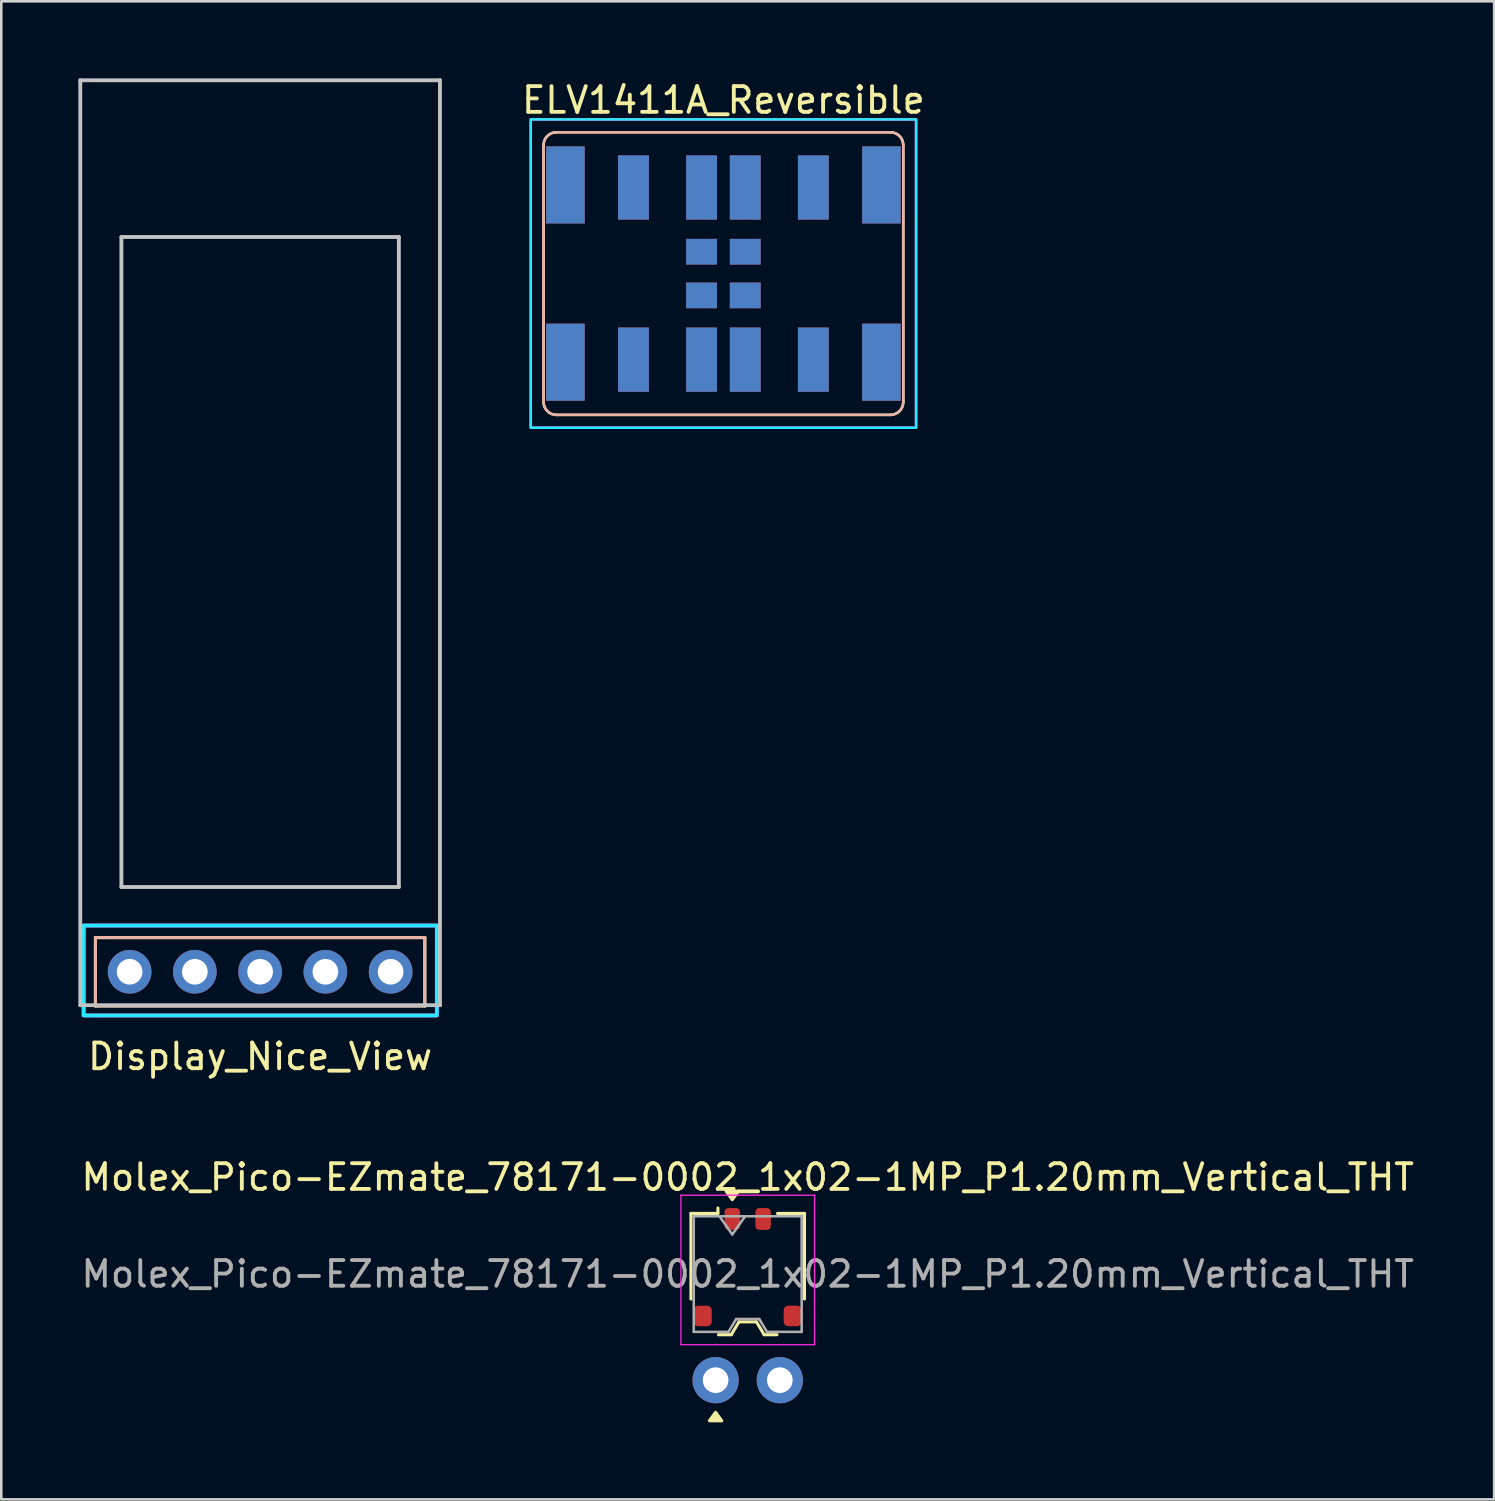
<source format=kicad_pcb>
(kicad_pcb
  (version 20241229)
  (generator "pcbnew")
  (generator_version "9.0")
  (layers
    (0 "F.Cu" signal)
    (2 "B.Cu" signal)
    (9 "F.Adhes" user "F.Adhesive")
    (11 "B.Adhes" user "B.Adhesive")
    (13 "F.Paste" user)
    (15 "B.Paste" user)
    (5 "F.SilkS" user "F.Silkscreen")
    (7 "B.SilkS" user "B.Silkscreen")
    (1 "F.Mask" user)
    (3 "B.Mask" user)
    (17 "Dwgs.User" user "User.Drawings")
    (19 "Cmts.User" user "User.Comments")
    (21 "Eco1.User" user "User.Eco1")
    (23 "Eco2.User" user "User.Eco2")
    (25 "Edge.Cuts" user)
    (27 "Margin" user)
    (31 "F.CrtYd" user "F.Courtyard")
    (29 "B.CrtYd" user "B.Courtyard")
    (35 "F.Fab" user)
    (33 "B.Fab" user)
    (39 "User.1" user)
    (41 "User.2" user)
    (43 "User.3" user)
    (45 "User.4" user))
  (footprint "ELV1411A_Reversible"
    (layer "F.Cu")
    (at 25.108 7.598)
    (property "Reference" "ELV1411A_Reversible" (at 0 -6.75 0) (layer "F.SilkS") (effects (font (size 1 1) (thickness 0.15))))
    (attr smd)
    (fp_line (start -7 -5) (end -7 5) (stroke (width 0.1) (type default)) (layer "F.SilkS"))
    (fp_line (start -6.5 5.5) (end 6.5 5.5) (stroke (width 0.1) (type default)) (layer "F.SilkS"))
    (fp_line (start 6.5 -5.5) (end -6.5 -5.5) (stroke (width 0.1) (type default)) (layer "F.SilkS"))
    (fp_line (start 7 5) (end 7 -5) (stroke (width 0.1) (type default)) (layer "F.SilkS"))
    (fp_arc (start -7 -5) (mid -6.853553 -5.353553) (end -6.5 -5.5) (stroke (width 0.1) (type default)) (layer "F.SilkS"))
    (fp_arc (start -6.5 5.5) (mid -6.853553 5.353553) (end -7 5) (stroke (width 0.1) (type default)) (layer "F.SilkS"))
    (fp_arc (start 6.5 -5.5) (mid 6.853553 -5.353553) (end 7 -5) (stroke (width 0.1) (type default)) (layer "F.SilkS"))
    (fp_arc (start 7 5) (mid 6.853553 5.353553) (end 6.5 5.5) (stroke (width 0.1) (type default)) (layer "F.SilkS"))
    (fp_line (start -7 5) (end -7 -5) (stroke (width 0.1) (type default)) (layer "B.SilkS"))
    (fp_line (start -6.5 -5.5) (end 6.5 -5.5) (stroke (width 0.1) (type default)) (layer "B.SilkS"))
    (fp_line (start 6.5 5.5) (end -6.5 5.5) (stroke (width 0.1) (type default)) (layer "B.SilkS"))
    (fp_line (start 7 -5) (end 7 5) (stroke (width 0.1) (type default)) (layer "B.SilkS"))
    (fp_arc (start -7 -5) (mid -6.853553 -5.353553) (end -6.5 -5.5) (stroke (width 0.1) (type default)) (layer "B.SilkS"))
    (fp_arc (start -6.5 5.5) (mid -6.853553 5.353553) (end -7 5) (stroke (width 0.1) (type default)) (layer "B.SilkS"))
    (fp_arc (start 6.5 -5.5) (mid 6.853553 -5.353553) (end 7 -5) (stroke (width 0.1) (type default)) (layer "B.SilkS"))
    (fp_arc (start 7 5) (mid 6.853553 5.353553) (end 6.5 5.5) (stroke (width 0.1) (type default)) (layer "B.SilkS"))
    (fp_rect (start -7.5 -6) (end 7.5 6) (stroke (width 0.1) (type default)) (fill no) (layer "B.CrtYd"))
    (fp_rect (start -7.5 -6) (end 7.5 6) (stroke (width 0.1) (type default)) (fill no) (layer "F.CrtYd"))
    (pad "1" smd rect (at -0.85 -0.85) (size 1.2 1) (layers "F.Cu" "F.Mask" "F.Paste"))
    (pad "1" smd rect (at -0.85 -0.85) (size 1.2 1) (layers "B.Cu" "B.Mask" "B.Paste"))
    (pad "1" smd rect (at 0.85 -0.85) (size 1.2 1) (layers "F.Cu" "F.Mask" "F.Paste"))
    (pad "1" smd rect (at 0.85 -0.85) (size 1.2 1) (layers "B.Cu" "B.Mask" "B.Paste"))
    (pad "2" smd rect (at -0.85 0.85) (size 1.2 1) (layers "F.Cu" "F.Mask" "F.Paste"))
    (pad "2" smd rect (at -0.85 0.85) (size 1.2 1) (layers "B.Cu" "B.Mask" "B.Paste"))
    (pad "2" smd rect (at 0.85 0.85) (size 1.2 1) (layers "F.Cu" "F.Mask" "F.Paste"))
    (pad "2" smd rect (at 0.85 0.85) (size 1.2 1) (layers "B.Cu" "B.Mask" "B.Paste"))
    (pad "3" smd rect (at -6.15 -3.45) (size 1.5 3) (layers "F.Cu" "F.Mask" "F.Paste"))
    (pad "3" smd rect (at -6.15 -3.45) (size 1.5 3) (layers "B.Cu" "B.Mask" "B.Paste"))
    (pad "3" smd rect (at -6.15 3.45) (size 1.5 3) (layers "F.Cu" "F.Mask" "F.Paste"))
    (pad "3" smd rect (at -6.15 3.45) (size 1.5 3) (layers "B.Cu" "B.Mask" "B.Paste"))
    (pad "3" smd rect (at -3.5 -3.35) (size 1.2 2.5) (layers "F.Cu" "F.Mask" "F.Paste"))
    (pad "3" smd rect (at -3.5 -3.35) (size 1.2 2.5) (layers "B.Cu" "B.Mask" "B.Paste"))
    (pad "3" smd rect (at -3.5 3.35) (size 1.2 2.5) (layers "F.Cu" "F.Mask" "F.Paste"))
    (pad "3" smd rect (at -3.5 3.35) (size 1.2 2.5) (layers "B.Cu" "B.Mask" "B.Paste"))
    (pad "3" smd rect (at -0.85 -3.35) (size 1.2 2.5) (layers "F.Cu" "F.Mask" "F.Paste"))
    (pad "3" smd rect (at -0.85 -3.35) (size 1.2 2.5) (layers "B.Cu" "B.Mask" "B.Paste"))
    (pad "3" smd rect (at -0.85 3.35) (size 1.2 2.5) (layers "F.Cu" "F.Mask" "F.Paste"))
    (pad "3" smd rect (at -0.85 3.35) (size 1.2 2.5) (layers "B.Cu" "B.Mask" "B.Paste"))
    (pad "3" smd rect (at 0.85 -3.35) (size 1.2 2.5) (layers "F.Cu" "F.Mask" "F.Paste"))
    (pad "3" smd rect (at 0.85 -3.35) (size 1.2 2.5) (layers "B.Cu" "B.Mask" "B.Paste"))
    (pad "3" smd rect (at 0.85 3.35) (size 1.2 2.5) (layers "F.Cu" "F.Mask" "F.Paste"))
    (pad "3" smd rect (at 0.85 3.35) (size 1.2 2.5) (layers "B.Cu" "B.Mask" "B.Paste"))
    (pad "3" smd rect (at 3.5 -3.35) (size 1.2 2.5) (layers "F.Cu" "F.Mask" "F.Paste"))
    (pad "3" smd rect (at 3.5 -3.35) (size 1.2 2.5) (layers "B.Cu" "B.Mask" "B.Paste"))
    (pad "3" smd rect (at 3.5 3.35) (size 1.2 2.5) (layers "F.Cu" "F.Mask" "F.Paste"))
    (pad "3" smd rect (at 3.5 3.35) (size 1.2 2.5) (layers "B.Cu" "B.Mask" "B.Paste"))
    (pad "3" smd rect (at 6.15 -3.45) (size 1.5 3) (layers "F.Cu" "F.Mask" "F.Paste"))
    (pad "3" smd rect (at 6.15 -3.45) (size 1.5 3) (layers "B.Cu" "B.Mask" "B.Paste"))
    (pad "3" smd rect (at 6.15 3.45) (size 1.5 3) (layers "F.Cu" "F.Mask" "F.Paste"))
    (pad "3" smd rect (at 6.15 3.45) (size 1.5 3) (layers "B.Cu" "B.Mask" "B.Paste")))
  (footprint "Molex_Pico-EZmate_78171-0002_1x02-1MP_P1.20mm_Vertical_THT"
    (layer "F.Cu")
    (at 26.054 46.272)
    (property "Reference" "Molex_Pico-EZmate_78171-0002_1x02-1MP_P1.20mm_Vertical_THT" (at 0 -3.5 0) (layer "F.SilkS") (effects (font (size 1 1) (thickness 0.15))))
    (attr smd)
    (fp_line (start -2.21 -2.09) (end -1.16 -2.09) (stroke (width 0.12) (type solid)) (layer "F.SilkS"))
    (fp_line (start -2.21 1.24) (end -2.21 -2.09) (stroke (width 0.12) (type solid)) (layer "F.SilkS"))
    (fp_line (start -1.16 -2.09) (end -1.16 -2.3) (stroke (width 0.12) (type solid)) (layer "F.SilkS"))
    (fp_line (start -1.14 2.63) (end -0.64 2.63) (stroke (width 0.12) (type solid)) (layer "F.SilkS"))
    (fp_line (start -0.64 2.63) (end -0.34 2.13) (stroke (width 0.12) (type solid)) (layer "F.SilkS"))
    (fp_line (start -0.34 2.13) (end 0.34 2.13) (stroke (width 0.12) (type solid)) (layer "F.SilkS"))
    (fp_line (start 0.34 2.13) (end 0.64 2.63) (stroke (width 0.12) (type solid)) (layer "F.SilkS"))
    (fp_line (start 0.64 2.63) (end 1.14 2.63) (stroke (width 0.12) (type solid)) (layer "F.SilkS"))
    (fp_line (start 2.21 -2.09) (end 1.16 -2.09) (stroke (width 0.12) (type solid)) (layer "F.SilkS"))
    (fp_line (start 2.21 1.24) (end 2.21 -2.09) (stroke (width 0.12) (type solid)) (layer "F.SilkS"))
    (fp_poly (pts (xy -1.25 5.65) (xy -1.01 5.98) (xy -1.49 5.98) (xy -1.25 5.65)) (stroke (width 0.12) (type solid)) (fill yes) (layer "F.SilkS"))
    (fp_poly (pts (xy -0.6 -2.625) (xy -0.84 -2.955) (xy -0.36 -2.955) (xy -0.6 -2.625)) (stroke (width 0.12) (type solid)) (fill yes) (layer "F.SilkS"))
    (fp_line (start -2.6 -2.8) (end -2.6 3.02) (stroke (width 0.05) (type solid)) (layer "F.CrtYd"))
    (fp_line (start -2.6 3.02) (end 2.6 3.02) (stroke (width 0.05) (type solid)) (layer "F.CrtYd"))
    (fp_line (start 2.6 -2.8) (end -2.6 -2.8) (stroke (width 0.05) (type solid)) (layer "F.CrtYd"))
    (fp_line (start 2.6 3.02) (end 2.6 -2.8) (stroke (width 0.05) (type solid)) (layer "F.CrtYd"))
    (fp_line (start -2.1 -1.98) (end -2.1 2.52) (stroke (width 0.1) (type solid)) (layer "F.Fab"))
    (fp_line (start -2.1 -1.98) (end 2.1 -1.98) (stroke (width 0.1) (type solid)) (layer "F.Fab"))
    (fp_line (start -2.1 2.52) (end -0.75 2.52) (stroke (width 0.1) (type solid)) (layer "F.Fab"))
    (fp_line (start -1.1 -1.98) (end -0.6 -1.273) (stroke (width 0.1) (type solid)) (layer "F.Fab"))
    (fp_line (start -0.75 2.52) (end -0.45 2.02) (stroke (width 0.1) (type solid)) (layer "F.Fab"))
    (fp_line (start -0.6 -1.273) (end -0.1 -1.98) (stroke (width 0.1) (type solid)) (layer "F.Fab"))
    (fp_line (start -0.45 2.02) (end 0.45 2.02) (stroke (width 0.1) (type solid)) (layer "F.Fab"))
    (fp_line (start 0.45 2.02) (end 0.75 2.52) (stroke (width 0.1) (type solid)) (layer "F.Fab"))
    (fp_line (start 0.75 2.52) (end 2.1 2.52) (stroke (width 0.1) (type solid)) (layer "F.Fab"))
    (fp_line (start 2.1 -1.98) (end 2.1 2.52) (stroke (width 0.1) (type solid)) (layer "F.Fab"))
    (fp_text user "${REFERENCE}" (at 0 0.27 0) (layer "F.Fab") (effects (font (size 1 1) (thickness 0.15))))
    (pad "1" thru_hole circle (at -1.25 4.4 180) (size 1.8 1.8) (drill 1) (layers "*.Cu" "*.Mask"))
    (pad "1" smd roundrect (at -0.6 -1.875) (size 0.6 0.85) (layers "F.Cu" "F.Mask" "F.Paste") (roundrect_rratio 0.25))
    (pad "2" smd roundrect (at 0.6 -1.875) (size 0.6 0.85) (layers "F.Cu" "F.Mask" "F.Paste") (roundrect_rratio 0.25))
    (pad "2" thru_hole circle (at 1.25 4.4 180) (size 1.8 1.8) (drill 1) (layers "*.Cu" "*.Mask"))
    (pad "MP" smd roundrect (at -1.75 1.9) (size 0.7 0.8) (layers "F.Cu" "F.Mask" "F.Paste") (roundrect_rratio 0.25))
    (pad "MP" smd roundrect (at 1.75 1.9) (size 0.7 0.8) (layers "F.Cu" "F.Mask" "F.Paste") (roundrect_rratio 0.25)))
  (footprint "Display_Nice_View"
    (layer "F.Cu")
    (at 7.075 18.075)
    (property "Reference" "Display_Nice_View" (at 0 20 0) (layer "F.SilkS") (effects (font (size 1 1) (thickness 0.15))))
    (attr exclude_from_pos_files exclude_from_bom)
    (fp_line (start -6.41 15.37) (end -6.41 18.03) (stroke (width 0.12) (type solid)) (layer "F.SilkS"))
    (fp_line (start 6.41 15.37) (end -6.41 15.37) (stroke (width 0.12) (type solid)) (layer "F.SilkS"))
    (fp_line (start 6.41 15.37) (end 6.41 18.03) (stroke (width 0.12) (type solid)) (layer "F.SilkS"))
    (fp_line (start 6.41 18.03) (end -6.41 18.03) (stroke (width 0.12) (type solid)) (layer "F.SilkS"))
    (fp_line (start -6.41 15.37) (end -6.41 18.03) (stroke (width 0.12) (type solid)) (layer "B.SilkS"))
    (fp_line (start 6.41 15.37) (end -6.41 15.37) (stroke (width 0.12) (type solid)) (layer "B.SilkS"))
    (fp_line (start 6.41 15.37) (end 6.41 18.03) (stroke (width 0.12) (type solid)) (layer "B.SilkS"))
    (fp_line (start 6.41 18.03) (end -6.41 18.03) (stroke (width 0.12) (type solid)) (layer "B.SilkS"))
    (fp_line (start -7 -18) (end 7 -18) (stroke (width 0.15) (type solid)) (layer "Dwgs.User"))
    (fp_line (start -7 18) (end -7 -18) (stroke (width 0.15) (type solid)) (layer "Dwgs.User"))
    (fp_line (start -5.4 13.4) (end -5.4 -11.9) (stroke (width 0.15) (type solid)) (layer "Dwgs.User"))
    (fp_line (start -5.4 13.4) (end 5.4 13.4) (stroke (width 0.15) (type solid)) (layer "Dwgs.User"))
    (fp_line (start 5.4 -11.9) (end -5.4 -11.9) (stroke (width 0.15) (type solid)) (layer "Dwgs.User"))
    (fp_line (start 5.4 13.4) (end 5.4 -11.9) (stroke (width 0.15) (type solid)) (layer "Dwgs.User"))
    (fp_line (start 7 18) (end -7 18) (stroke (width 0.15) (type solid)) (layer "Dwgs.User"))
    (fp_line (start 7 18) (end 7 -18) (stroke (width 0.15) (type solid)) (layer "Dwgs.User"))
    (fp_rect (start -6.87 14.9) (end 6.88 18.4) (stroke (width 0.15) (type default)) (fill no) (layer "B.CrtYd"))
    (fp_rect (start -6.87 14.9) (end 6.88 18.4) (stroke (width 0.15) (type default)) (fill no) (layer "F.CrtYd"))
    (pad "1" thru_hole oval (at -5.08 16.7 270) (size 1.7 1.7) (drill 1) (layers "*.Cu" "*.Mask"))
    (pad "2" thru_hole oval (at -2.54 16.7 270) (size 1.7 1.7) (drill 1) (layers "*.Cu" "*.Mask"))
    (pad "3" thru_hole oval (at 0 16.7 270) (size 1.7 1.7) (drill 1) (layers "*.Cu" "*.Mask"))
    (pad "4" thru_hole oval (at 2.54 16.7 270) (size 1.7 1.7) (drill 1) (layers "*.Cu" "*.Mask"))
    (pad "5" thru_hole circle (at 5.08 16.7 270) (size 1.7 1.7) (drill 1) (layers "*.Cu" "*.Mask")))
  (gr_rect
    (start -3 -3)
    (end 55.107 55.312)
    (stroke (width 0.1) (type default))
    (fill no)
    (layer "Edge.Cuts")))
</source>
